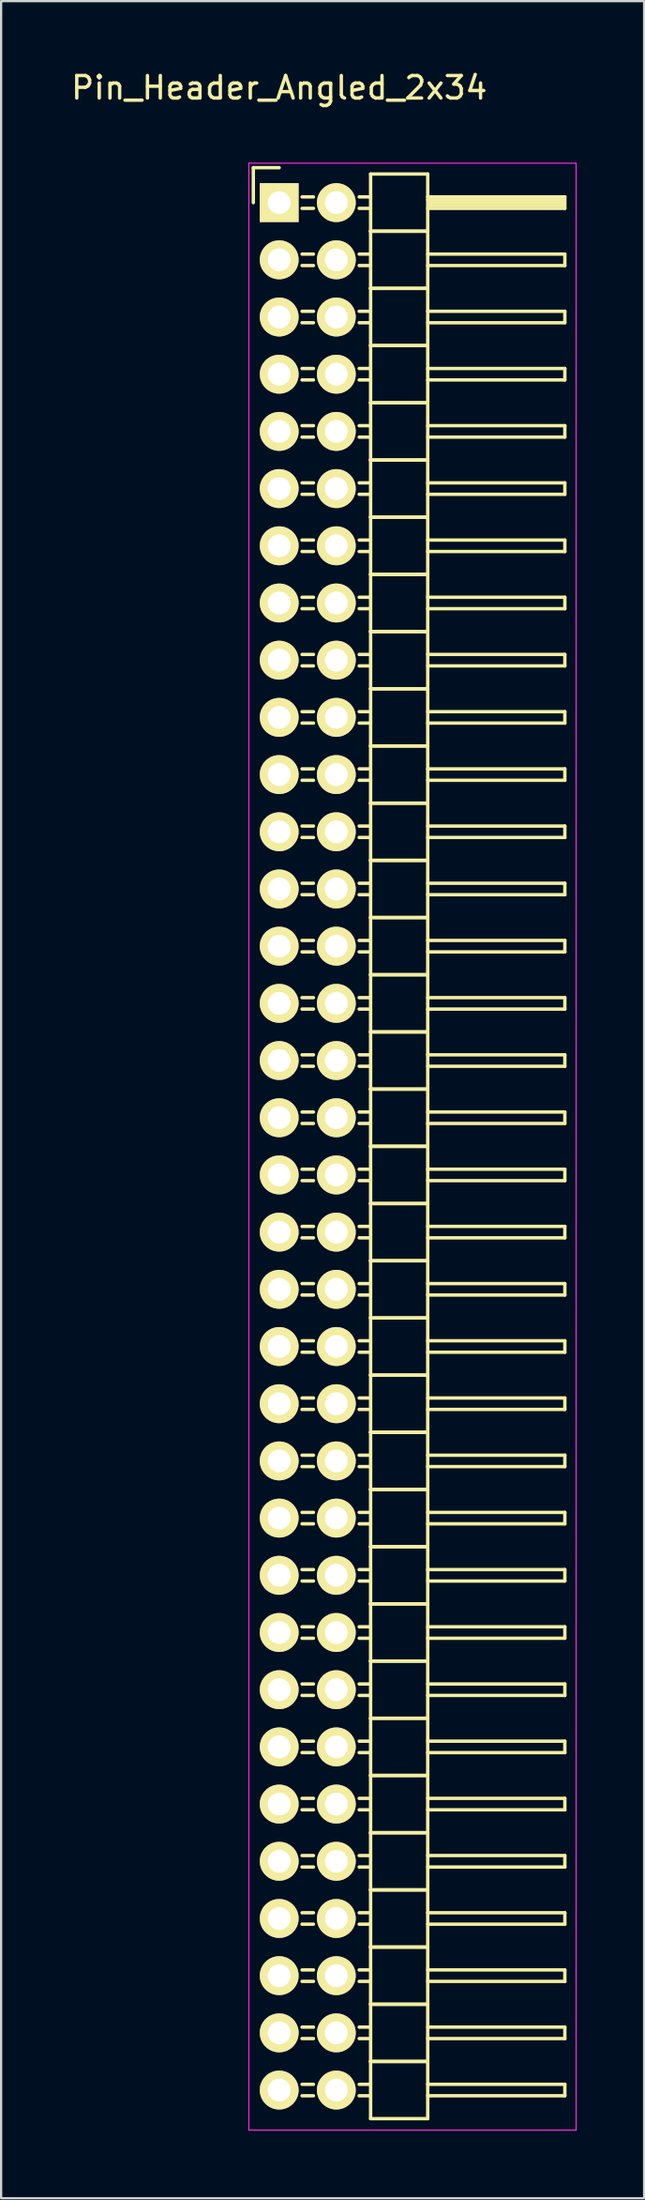
<source format=kicad_pcb>
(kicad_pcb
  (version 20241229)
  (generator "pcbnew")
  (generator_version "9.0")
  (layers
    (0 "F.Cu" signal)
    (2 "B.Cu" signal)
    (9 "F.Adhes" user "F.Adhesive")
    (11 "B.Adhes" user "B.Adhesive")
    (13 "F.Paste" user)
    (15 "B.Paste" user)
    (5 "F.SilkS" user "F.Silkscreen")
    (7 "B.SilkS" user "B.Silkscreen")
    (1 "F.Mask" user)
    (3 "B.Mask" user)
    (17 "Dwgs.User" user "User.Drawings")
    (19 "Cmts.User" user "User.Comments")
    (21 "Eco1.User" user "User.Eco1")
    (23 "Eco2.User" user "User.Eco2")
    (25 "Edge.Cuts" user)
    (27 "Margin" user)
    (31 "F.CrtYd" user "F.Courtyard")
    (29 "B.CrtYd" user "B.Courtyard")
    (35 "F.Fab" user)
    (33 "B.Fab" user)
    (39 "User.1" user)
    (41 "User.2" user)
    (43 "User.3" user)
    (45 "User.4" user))
  (footprint "Pin_Header_Angled_2x34"
    (layer "F.Cu")
    (at 9.363 5.948)
    (property "Reference" "Pin_Header_Angled_2x34" (at 0 -5.1 0) (layer "F.SilkS") (effects (font (size 1 1) (thickness 0.15))))
    (attr through_hole)
    (fp_line (start -1.15 -1.55) (end -1.15 0) (stroke (width 0.15) (type solid)) (layer "F.SilkS"))
    (fp_line (start 0 -1.55) (end -1.15 -1.55) (stroke (width 0.15) (type solid)) (layer "F.SilkS"))
    (fp_line (start 1.524 -0.254) (end 1.016 -0.254) (stroke (width 0.15) (type solid)) (layer "F.SilkS"))
    (fp_line (start 1.524 0.254) (end 1.016 0.254) (stroke (width 0.15) (type solid)) (layer "F.SilkS"))
    (fp_line (start 1.524 2.286) (end 1.016 2.286) (stroke (width 0.15) (type solid)) (layer "F.SilkS"))
    (fp_line (start 1.524 2.794) (end 1.016 2.794) (stroke (width 0.15) (type solid)) (layer "F.SilkS"))
    (fp_line (start 1.524 4.826) (end 1.016 4.826) (stroke (width 0.15) (type solid)) (layer "F.SilkS"))
    (fp_line (start 1.524 5.334) (end 1.016 5.334) (stroke (width 0.15) (type solid)) (layer "F.SilkS"))
    (fp_line (start 1.524 7.366) (end 1.016 7.366) (stroke (width 0.15) (type solid)) (layer "F.SilkS"))
    (fp_line (start 1.524 7.874) (end 1.016 7.874) (stroke (width 0.15) (type solid)) (layer "F.SilkS"))
    (fp_line (start 1.524 9.906) (end 1.016 9.906) (stroke (width 0.15) (type solid)) (layer "F.SilkS"))
    (fp_line (start 1.524 10.414) (end 1.016 10.414) (stroke (width 0.15) (type solid)) (layer "F.SilkS"))
    (fp_line (start 1.524 12.446) (end 1.016 12.446) (stroke (width 0.15) (type solid)) (layer "F.SilkS"))
    (fp_line (start 1.524 12.954) (end 1.016 12.954) (stroke (width 0.15) (type solid)) (layer "F.SilkS"))
    (fp_line (start 1.524 14.986) (end 1.016 14.986) (stroke (width 0.15) (type solid)) (layer "F.SilkS"))
    (fp_line (start 1.524 15.494) (end 1.016 15.494) (stroke (width 0.15) (type solid)) (layer "F.SilkS"))
    (fp_line (start 1.524 17.526) (end 1.016 17.526) (stroke (width 0.15) (type solid)) (layer "F.SilkS"))
    (fp_line (start 1.524 18.034) (end 1.016 18.034) (stroke (width 0.15) (type solid)) (layer "F.SilkS"))
    (fp_line (start 1.524 20.066) (end 1.016 20.066) (stroke (width 0.15) (type solid)) (layer "F.SilkS"))
    (fp_line (start 1.524 20.574) (end 1.016 20.574) (stroke (width 0.15) (type solid)) (layer "F.SilkS"))
    (fp_line (start 1.524 22.606) (end 1.016 22.606) (stroke (width 0.15) (type solid)) (layer "F.SilkS"))
    (fp_line (start 1.524 23.114) (end 1.016 23.114) (stroke (width 0.15) (type solid)) (layer "F.SilkS"))
    (fp_line (start 1.524 25.146) (end 1.016 25.146) (stroke (width 0.15) (type solid)) (layer "F.SilkS"))
    (fp_line (start 1.524 25.654) (end 1.016 25.654) (stroke (width 0.15) (type solid)) (layer "F.SilkS"))
    (fp_line (start 1.524 27.686) (end 1.016 27.686) (stroke (width 0.15) (type solid)) (layer "F.SilkS"))
    (fp_line (start 1.524 28.194) (end 1.016 28.194) (stroke (width 0.15) (type solid)) (layer "F.SilkS"))
    (fp_line (start 1.524 30.226) (end 1.016 30.226) (stroke (width 0.15) (type solid)) (layer "F.SilkS"))
    (fp_line (start 1.524 30.734) (end 1.016 30.734) (stroke (width 0.15) (type solid)) (layer "F.SilkS"))
    (fp_line (start 1.524 32.766) (end 1.016 32.766) (stroke (width 0.15) (type solid)) (layer "F.SilkS"))
    (fp_line (start 1.524 33.274) (end 1.016 33.274) (stroke (width 0.15) (type solid)) (layer "F.SilkS"))
    (fp_line (start 1.524 35.306) (end 1.016 35.306) (stroke (width 0.15) (type solid)) (layer "F.SilkS"))
    (fp_line (start 1.524 35.814) (end 1.016 35.814) (stroke (width 0.15) (type solid)) (layer "F.SilkS"))
    (fp_line (start 1.524 37.846) (end 1.016 37.846) (stroke (width 0.15) (type solid)) (layer "F.SilkS"))
    (fp_line (start 1.524 38.354) (end 1.016 38.354) (stroke (width 0.15) (type solid)) (layer "F.SilkS"))
    (fp_line (start 1.524 40.386) (end 1.016 40.386) (stroke (width 0.15) (type solid)) (layer "F.SilkS"))
    (fp_line (start 1.524 40.894) (end 1.016 40.894) (stroke (width 0.15) (type solid)) (layer "F.SilkS"))
    (fp_line (start 1.524 42.926) (end 1.016 42.926) (stroke (width 0.15) (type solid)) (layer "F.SilkS"))
    (fp_line (start 1.524 43.434) (end 1.016 43.434) (stroke (width 0.15) (type solid)) (layer "F.SilkS"))
    (fp_line (start 1.524 45.466) (end 1.016 45.466) (stroke (width 0.15) (type solid)) (layer "F.SilkS"))
    (fp_line (start 1.524 45.974) (end 1.016 45.974) (stroke (width 0.15) (type solid)) (layer "F.SilkS"))
    (fp_line (start 1.524 48.006) (end 1.016 48.006) (stroke (width 0.15) (type solid)) (layer "F.SilkS"))
    (fp_line (start 1.524 48.514) (end 1.016 48.514) (stroke (width 0.15) (type solid)) (layer "F.SilkS"))
    (fp_line (start 1.524 50.546) (end 1.016 50.546) (stroke (width 0.15) (type solid)) (layer "F.SilkS"))
    (fp_line (start 1.524 51.054) (end 1.016 51.054) (stroke (width 0.15) (type solid)) (layer "F.SilkS"))
    (fp_line (start 1.524 53.086) (end 1.016 53.086) (stroke (width 0.15) (type solid)) (layer "F.SilkS"))
    (fp_line (start 1.524 53.594) (end 1.016 53.594) (stroke (width 0.15) (type solid)) (layer "F.SilkS"))
    (fp_line (start 1.524 55.626) (end 1.016 55.626) (stroke (width 0.15) (type solid)) (layer "F.SilkS"))
    (fp_line (start 1.524 56.134) (end 1.016 56.134) (stroke (width 0.15) (type solid)) (layer "F.SilkS"))
    (fp_line (start 1.524 58.166) (end 1.016 58.166) (stroke (width 0.15) (type solid)) (layer "F.SilkS"))
    (fp_line (start 1.524 58.674) (end 1.016 58.674) (stroke (width 0.15) (type solid)) (layer "F.SilkS"))
    (fp_line (start 1.524 60.706) (end 1.016 60.706) (stroke (width 0.15) (type solid)) (layer "F.SilkS"))
    (fp_line (start 1.524 61.214) (end 1.016 61.214) (stroke (width 0.15) (type solid)) (layer "F.SilkS"))
    (fp_line (start 1.524 63.246) (end 1.016 63.246) (stroke (width 0.15) (type solid)) (layer "F.SilkS"))
    (fp_line (start 1.524 63.754) (end 1.016 63.754) (stroke (width 0.15) (type solid)) (layer "F.SilkS"))
    (fp_line (start 1.524 65.786) (end 1.016 65.786) (stroke (width 0.15) (type solid)) (layer "F.SilkS"))
    (fp_line (start 1.524 66.294) (end 1.016 66.294) (stroke (width 0.15) (type solid)) (layer "F.SilkS"))
    (fp_line (start 1.524 68.326) (end 1.016 68.326) (stroke (width 0.15) (type solid)) (layer "F.SilkS"))
    (fp_line (start 1.524 68.834) (end 1.016 68.834) (stroke (width 0.15) (type solid)) (layer "F.SilkS"))
    (fp_line (start 1.524 70.866) (end 1.016 70.866) (stroke (width 0.15) (type solid)) (layer "F.SilkS"))
    (fp_line (start 1.524 71.374) (end 1.016 71.374) (stroke (width 0.15) (type solid)) (layer "F.SilkS"))
    (fp_line (start 1.524 73.406) (end 1.016 73.406) (stroke (width 0.15) (type solid)) (layer "F.SilkS"))
    (fp_line (start 1.524 73.914) (end 1.016 73.914) (stroke (width 0.15) (type solid)) (layer "F.SilkS"))
    (fp_line (start 1.524 75.946) (end 1.016 75.946) (stroke (width 0.15) (type solid)) (layer "F.SilkS"))
    (fp_line (start 1.524 76.454) (end 1.016 76.454) (stroke (width 0.15) (type solid)) (layer "F.SilkS"))
    (fp_line (start 1.524 78.486) (end 1.016 78.486) (stroke (width 0.15) (type solid)) (layer "F.SilkS"))
    (fp_line (start 1.524 78.994) (end 1.016 78.994) (stroke (width 0.15) (type solid)) (layer "F.SilkS"))
    (fp_line (start 1.524 81.026) (end 1.016 81.026) (stroke (width 0.15) (type solid)) (layer "F.SilkS"))
    (fp_line (start 1.524 81.534) (end 1.016 81.534) (stroke (width 0.15) (type solid)) (layer "F.SilkS"))
    (fp_line (start 1.524 83.566) (end 1.016 83.566) (stroke (width 0.15) (type solid)) (layer "F.SilkS"))
    (fp_line (start 1.524 84.074) (end 1.016 84.074) (stroke (width 0.15) (type solid)) (layer "F.SilkS"))
    (fp_line (start 4.064 -1.27) (end 4.064 1.27) (stroke (width 0.15) (type solid)) (layer "F.SilkS"))
    (fp_line (start 4.064 -1.27) (end 6.604 -1.27) (stroke (width 0.15) (type solid)) (layer "F.SilkS"))
    (fp_line (start 4.064 -0.254) (end 3.556 -0.254) (stroke (width 0.15) (type solid)) (layer "F.SilkS"))
    (fp_line (start 4.064 0.254) (end 3.556 0.254) (stroke (width 0.15) (type solid)) (layer "F.SilkS"))
    (fp_line (start 4.064 1.27) (end 4.064 3.81) (stroke (width 0.15) (type solid)) (layer "F.SilkS"))
    (fp_line (start 4.064 1.27) (end 6.604 1.27) (stroke (width 0.15) (type solid)) (layer "F.SilkS"))
    (fp_line (start 4.064 1.27) (end 6.604 1.27) (stroke (width 0.15) (type solid)) (layer "F.SilkS"))
    (fp_line (start 4.064 2.286) (end 3.556 2.286) (stroke (width 0.15) (type solid)) (layer "F.SilkS"))
    (fp_line (start 4.064 2.794) (end 3.556 2.794) (stroke (width 0.15) (type solid)) (layer "F.SilkS"))
    (fp_line (start 4.064 3.81) (end 4.064 6.35) (stroke (width 0.15) (type solid)) (layer "F.SilkS"))
    (fp_line (start 4.064 3.81) (end 6.604 3.81) (stroke (width 0.15) (type solid)) (layer "F.SilkS"))
    (fp_line (start 4.064 3.81) (end 6.604 3.81) (stroke (width 0.15) (type solid)) (layer "F.SilkS"))
    (fp_line (start 4.064 4.826) (end 3.556 4.826) (stroke (width 0.15) (type solid)) (layer "F.SilkS"))
    (fp_line (start 4.064 5.334) (end 3.556 5.334) (stroke (width 0.15) (type solid)) (layer "F.SilkS"))
    (fp_line (start 4.064 6.35) (end 4.064 8.89) (stroke (width 0.15) (type solid)) (layer "F.SilkS"))
    (fp_line (start 4.064 6.35) (end 6.604 6.35) (stroke (width 0.15) (type solid)) (layer "F.SilkS"))
    (fp_line (start 4.064 6.35) (end 6.604 6.35) (stroke (width 0.15) (type solid)) (layer "F.SilkS"))
    (fp_line (start 4.064 7.366) (end 3.556 7.366) (stroke (width 0.15) (type solid)) (layer "F.SilkS"))
    (fp_line (start 4.064 7.874) (end 3.556 7.874) (stroke (width 0.15) (type solid)) (layer "F.SilkS"))
    (fp_line (start 4.064 8.89) (end 4.064 11.43) (stroke (width 0.15) (type solid)) (layer "F.SilkS"))
    (fp_line (start 4.064 8.89) (end 6.604 8.89) (stroke (width 0.15) (type solid)) (layer "F.SilkS"))
    (fp_line (start 4.064 8.89) (end 6.604 8.89) (stroke (width 0.15) (type solid)) (layer "F.SilkS"))
    (fp_line (start 4.064 9.906) (end 3.556 9.906) (stroke (width 0.15) (type solid)) (layer "F.SilkS"))
    (fp_line (start 4.064 10.414) (end 3.556 10.414) (stroke (width 0.15) (type solid)) (layer "F.SilkS"))
    (fp_line (start 4.064 11.43) (end 4.064 13.97) (stroke (width 0.15) (type solid)) (layer "F.SilkS"))
    (fp_line (start 4.064 11.43) (end 6.604 11.43) (stroke (width 0.15) (type solid)) (layer "F.SilkS"))
    (fp_line (start 4.064 11.43) (end 6.604 11.43) (stroke (width 0.15) (type solid)) (layer "F.SilkS"))
    (fp_line (start 4.064 12.446) (end 3.556 12.446) (stroke (width 0.15) (type solid)) (layer "F.SilkS"))
    (fp_line (start 4.064 12.954) (end 3.556 12.954) (stroke (width 0.15) (type solid)) (layer "F.SilkS"))
    (fp_line (start 4.064 13.97) (end 4.064 16.51) (stroke (width 0.15) (type solid)) (layer "F.SilkS"))
    (fp_line (start 4.064 13.97) (end 6.604 13.97) (stroke (width 0.15) (type solid)) (layer "F.SilkS"))
    (fp_line (start 4.064 13.97) (end 6.604 13.97) (stroke (width 0.15) (type solid)) (layer "F.SilkS"))
    (fp_line (start 4.064 14.986) (end 3.556 14.986) (stroke (width 0.15) (type solid)) (layer "F.SilkS"))
    (fp_line (start 4.064 15.494) (end 3.556 15.494) (stroke (width 0.15) (type solid)) (layer "F.SilkS"))
    (fp_line (start 4.064 16.51) (end 4.064 19.05) (stroke (width 0.15) (type solid)) (layer "F.SilkS"))
    (fp_line (start 4.064 16.51) (end 6.604 16.51) (stroke (width 0.15) (type solid)) (layer "F.SilkS"))
    (fp_line (start 4.064 16.51) (end 6.604 16.51) (stroke (width 0.15) (type solid)) (layer "F.SilkS"))
    (fp_line (start 4.064 17.526) (end 3.556 17.526) (stroke (width 0.15) (type solid)) (layer "F.SilkS"))
    (fp_line (start 4.064 18.034) (end 3.556 18.034) (stroke (width 0.15) (type solid)) (layer "F.SilkS"))
    (fp_line (start 4.064 19.05) (end 4.064 21.59) (stroke (width 0.15) (type solid)) (layer "F.SilkS"))
    (fp_line (start 4.064 19.05) (end 6.604 19.05) (stroke (width 0.15) (type solid)) (layer "F.SilkS"))
    (fp_line (start 4.064 19.05) (end 6.604 19.05) (stroke (width 0.15) (type solid)) (layer "F.SilkS"))
    (fp_line (start 4.064 20.066) (end 3.556 20.066) (stroke (width 0.15) (type solid)) (layer "F.SilkS"))
    (fp_line (start 4.064 20.574) (end 3.556 20.574) (stroke (width 0.15) (type solid)) (layer "F.SilkS"))
    (fp_line (start 4.064 21.59) (end 4.064 24.13) (stroke (width 0.15) (type solid)) (layer "F.SilkS"))
    (fp_line (start 4.064 21.59) (end 6.604 21.59) (stroke (width 0.15) (type solid)) (layer "F.SilkS"))
    (fp_line (start 4.064 21.59) (end 6.604 21.59) (stroke (width 0.15) (type solid)) (layer "F.SilkS"))
    (fp_line (start 4.064 22.606) (end 3.556 22.606) (stroke (width 0.15) (type solid)) (layer "F.SilkS"))
    (fp_line (start 4.064 23.114) (end 3.556 23.114) (stroke (width 0.15) (type solid)) (layer "F.SilkS"))
    (fp_line (start 4.064 24.13) (end 4.064 26.67) (stroke (width 0.15) (type solid)) (layer "F.SilkS"))
    (fp_line (start 4.064 24.13) (end 6.604 24.13) (stroke (width 0.15) (type solid)) (layer "F.SilkS"))
    (fp_line (start 4.064 24.13) (end 6.604 24.13) (stroke (width 0.15) (type solid)) (layer "F.SilkS"))
    (fp_line (start 4.064 25.146) (end 3.556 25.146) (stroke (width 0.15) (type solid)) (layer "F.SilkS"))
    (fp_line (start 4.064 25.654) (end 3.556 25.654) (stroke (width 0.15) (type solid)) (layer "F.SilkS"))
    (fp_line (start 4.064 26.67) (end 4.064 29.21) (stroke (width 0.15) (type solid)) (layer "F.SilkS"))
    (fp_line (start 4.064 26.67) (end 6.604 26.67) (stroke (width 0.15) (type solid)) (layer "F.SilkS"))
    (fp_line (start 4.064 26.67) (end 6.604 26.67) (stroke (width 0.15) (type solid)) (layer "F.SilkS"))
    (fp_line (start 4.064 27.686) (end 3.556 27.686) (stroke (width 0.15) (type solid)) (layer "F.SilkS"))
    (fp_line (start 4.064 28.194) (end 3.556 28.194) (stroke (width 0.15) (type solid)) (layer "F.SilkS"))
    (fp_line (start 4.064 29.21) (end 4.064 31.75) (stroke (width 0.15) (type solid)) (layer "F.SilkS"))
    (fp_line (start 4.064 29.21) (end 6.604 29.21) (stroke (width 0.15) (type solid)) (layer "F.SilkS"))
    (fp_line (start 4.064 29.21) (end 6.604 29.21) (stroke (width 0.15) (type solid)) (layer "F.SilkS"))
    (fp_line (start 4.064 30.226) (end 3.556 30.226) (stroke (width 0.15) (type solid)) (layer "F.SilkS"))
    (fp_line (start 4.064 30.734) (end 3.556 30.734) (stroke (width 0.15) (type solid)) (layer "F.SilkS"))
    (fp_line (start 4.064 31.75) (end 4.064 34.29) (stroke (width 0.15) (type solid)) (layer "F.SilkS"))
    (fp_line (start 4.064 31.75) (end 6.604 31.75) (stroke (width 0.15) (type solid)) (layer "F.SilkS"))
    (fp_line (start 4.064 31.75) (end 6.604 31.75) (stroke (width 0.15) (type solid)) (layer "F.SilkS"))
    (fp_line (start 4.064 32.766) (end 3.556 32.766) (stroke (width 0.15) (type solid)) (layer "F.SilkS"))
    (fp_line (start 4.064 33.274) (end 3.556 33.274) (stroke (width 0.15) (type solid)) (layer "F.SilkS"))
    (fp_line (start 4.064 34.29) (end 4.064 36.83) (stroke (width 0.15) (type solid)) (layer "F.SilkS"))
    (fp_line (start 4.064 34.29) (end 6.604 34.29) (stroke (width 0.15) (type solid)) (layer "F.SilkS"))
    (fp_line (start 4.064 34.29) (end 6.604 34.29) (stroke (width 0.15) (type solid)) (layer "F.SilkS"))
    (fp_line (start 4.064 35.306) (end 3.556 35.306) (stroke (width 0.15) (type solid)) (layer "F.SilkS"))
    (fp_line (start 4.064 35.814) (end 3.556 35.814) (stroke (width 0.15) (type solid)) (layer "F.SilkS"))
    (fp_line (start 4.064 36.83) (end 4.064 39.37) (stroke (width 0.15) (type solid)) (layer "F.SilkS"))
    (fp_line (start 4.064 36.83) (end 6.604 36.83) (stroke (width 0.15) (type solid)) (layer "F.SilkS"))
    (fp_line (start 4.064 36.83) (end 6.604 36.83) (stroke (width 0.15) (type solid)) (layer "F.SilkS"))
    (fp_line (start 4.064 37.846) (end 3.556 37.846) (stroke (width 0.15) (type solid)) (layer "F.SilkS"))
    (fp_line (start 4.064 38.354) (end 3.556 38.354) (stroke (width 0.15) (type solid)) (layer "F.SilkS"))
    (fp_line (start 4.064 39.37) (end 4.064 41.91) (stroke (width 0.15) (type solid)) (layer "F.SilkS"))
    (fp_line (start 4.064 39.37) (end 6.604 39.37) (stroke (width 0.15) (type solid)) (layer "F.SilkS"))
    (fp_line (start 4.064 39.37) (end 6.604 39.37) (stroke (width 0.15) (type solid)) (layer "F.SilkS"))
    (fp_line (start 4.064 40.386) (end 3.556 40.386) (stroke (width 0.15) (type solid)) (layer "F.SilkS"))
    (fp_line (start 4.064 40.894) (end 3.556 40.894) (stroke (width 0.15) (type solid)) (layer "F.SilkS"))
    (fp_line (start 4.064 41.91) (end 4.064 44.45) (stroke (width 0.15) (type solid)) (layer "F.SilkS"))
    (fp_line (start 4.064 41.91) (end 6.604 41.91) (stroke (width 0.15) (type solid)) (layer "F.SilkS"))
    (fp_line (start 4.064 41.91) (end 6.604 41.91) (stroke (width 0.15) (type solid)) (layer "F.SilkS"))
    (fp_line (start 4.064 42.926) (end 3.556 42.926) (stroke (width 0.15) (type solid)) (layer "F.SilkS"))
    (fp_line (start 4.064 43.434) (end 3.556 43.434) (stroke (width 0.15) (type solid)) (layer "F.SilkS"))
    (fp_line (start 4.064 44.45) (end 4.064 46.99) (stroke (width 0.15) (type solid)) (layer "F.SilkS"))
    (fp_line (start 4.064 44.45) (end 6.604 44.45) (stroke (width 0.15) (type solid)) (layer "F.SilkS"))
    (fp_line (start 4.064 44.45) (end 6.604 44.45) (stroke (width 0.15) (type solid)) (layer "F.SilkS"))
    (fp_line (start 4.064 45.466) (end 3.556 45.466) (stroke (width 0.15) (type solid)) (layer "F.SilkS"))
    (fp_line (start 4.064 45.974) (end 3.556 45.974) (stroke (width 0.15) (type solid)) (layer "F.SilkS"))
    (fp_line (start 4.064 46.99) (end 4.064 49.53) (stroke (width 0.15) (type solid)) (layer "F.SilkS"))
    (fp_line (start 4.064 46.99) (end 6.604 46.99) (stroke (width 0.15) (type solid)) (layer "F.SilkS"))
    (fp_line (start 4.064 46.99) (end 6.604 46.99) (stroke (width 0.15) (type solid)) (layer "F.SilkS"))
    (fp_line (start 4.064 48.006) (end 3.556 48.006) (stroke (width 0.15) (type solid)) (layer "F.SilkS"))
    (fp_line (start 4.064 48.514) (end 3.556 48.514) (stroke (width 0.15) (type solid)) (layer "F.SilkS"))
    (fp_line (start 4.064 49.53) (end 4.064 52.07) (stroke (width 0.15) (type solid)) (layer "F.SilkS"))
    (fp_line (start 4.064 49.53) (end 6.604 49.53) (stroke (width 0.15) (type solid)) (layer "F.SilkS"))
    (fp_line (start 4.064 49.53) (end 6.604 49.53) (stroke (width 0.15) (type solid)) (layer "F.SilkS"))
    (fp_line (start 4.064 50.546) (end 3.556 50.546) (stroke (width 0.15) (type solid)) (layer "F.SilkS"))
    (fp_line (start 4.064 51.054) (end 3.556 51.054) (stroke (width 0.15) (type solid)) (layer "F.SilkS"))
    (fp_line (start 4.064 52.07) (end 4.064 54.61) (stroke (width 0.15) (type solid)) (layer "F.SilkS"))
    (fp_line (start 4.064 52.07) (end 6.604 52.07) (stroke (width 0.15) (type solid)) (layer "F.SilkS"))
    (fp_line (start 4.064 52.07) (end 6.604 52.07) (stroke (width 0.15) (type solid)) (layer "F.SilkS"))
    (fp_line (start 4.064 53.086) (end 3.556 53.086) (stroke (width 0.15) (type solid)) (layer "F.SilkS"))
    (fp_line (start 4.064 53.594) (end 3.556 53.594) (stroke (width 0.15) (type solid)) (layer "F.SilkS"))
    (fp_line (start 4.064 54.61) (end 4.064 57.15) (stroke (width 0.15) (type solid)) (layer "F.SilkS"))
    (fp_line (start 4.064 54.61) (end 6.604 54.61) (stroke (width 0.15) (type solid)) (layer "F.SilkS"))
    (fp_line (start 4.064 54.61) (end 6.604 54.61) (stroke (width 0.15) (type solid)) (layer "F.SilkS"))
    (fp_line (start 4.064 55.626) (end 3.556 55.626) (stroke (width 0.15) (type solid)) (layer "F.SilkS"))
    (fp_line (start 4.064 56.134) (end 3.556 56.134) (stroke (width 0.15) (type solid)) (layer "F.SilkS"))
    (fp_line (start 4.064 57.15) (end 4.064 59.69) (stroke (width 0.15) (type solid)) (layer "F.SilkS"))
    (fp_line (start 4.064 57.15) (end 6.604 57.15) (stroke (width 0.15) (type solid)) (layer "F.SilkS"))
    (fp_line (start 4.064 57.15) (end 6.604 57.15) (stroke (width 0.15) (type solid)) (layer "F.SilkS"))
    (fp_line (start 4.064 58.166) (end 3.556 58.166) (stroke (width 0.15) (type solid)) (layer "F.SilkS"))
    (fp_line (start 4.064 58.674) (end 3.556 58.674) (stroke (width 0.15) (type solid)) (layer "F.SilkS"))
    (fp_line (start 4.064 59.69) (end 4.064 62.23) (stroke (width 0.15) (type solid)) (layer "F.SilkS"))
    (fp_line (start 4.064 59.69) (end 6.604 59.69) (stroke (width 0.15) (type solid)) (layer "F.SilkS"))
    (fp_line (start 4.064 59.69) (end 6.604 59.69) (stroke (width 0.15) (type solid)) (layer "F.SilkS"))
    (fp_line (start 4.064 60.706) (end 3.556 60.706) (stroke (width 0.15) (type solid)) (layer "F.SilkS"))
    (fp_line (start 4.064 61.214) (end 3.556 61.214) (stroke (width 0.15) (type solid)) (layer "F.SilkS"))
    (fp_line (start 4.064 62.23) (end 4.064 64.77) (stroke (width 0.15) (type solid)) (layer "F.SilkS"))
    (fp_line (start 4.064 62.23) (end 6.604 62.23) (stroke (width 0.15) (type solid)) (layer "F.SilkS"))
    (fp_line (start 4.064 62.23) (end 6.604 62.23) (stroke (width 0.15) (type solid)) (layer "F.SilkS"))
    (fp_line (start 4.064 63.246) (end 3.556 63.246) (stroke (width 0.15) (type solid)) (layer "F.SilkS"))
    (fp_line (start 4.064 63.754) (end 3.556 63.754) (stroke (width 0.15) (type solid)) (layer "F.SilkS"))
    (fp_line (start 4.064 64.77) (end 4.064 67.31) (stroke (width 0.15) (type solid)) (layer "F.SilkS"))
    (fp_line (start 4.064 64.77) (end 6.604 64.77) (stroke (width 0.15) (type solid)) (layer "F.SilkS"))
    (fp_line (start 4.064 64.77) (end 6.604 64.77) (stroke (width 0.15) (type solid)) (layer "F.SilkS"))
    (fp_line (start 4.064 65.786) (end 3.556 65.786) (stroke (width 0.15) (type solid)) (layer "F.SilkS"))
    (fp_line (start 4.064 66.294) (end 3.556 66.294) (stroke (width 0.15) (type solid)) (layer "F.SilkS"))
    (fp_line (start 4.064 67.31) (end 4.064 69.85) (stroke (width 0.15) (type solid)) (layer "F.SilkS"))
    (fp_line (start 4.064 67.31) (end 6.604 67.31) (stroke (width 0.15) (type solid)) (layer "F.SilkS"))
    (fp_line (start 4.064 67.31) (end 6.604 67.31) (stroke (width 0.15) (type solid)) (layer "F.SilkS"))
    (fp_line (start 4.064 68.326) (end 3.556 68.326) (stroke (width 0.15) (type solid)) (layer "F.SilkS"))
    (fp_line (start 4.064 68.834) (end 3.556 68.834) (stroke (width 0.15) (type solid)) (layer "F.SilkS"))
    (fp_line (start 4.064 69.85) (end 4.064 72.39) (stroke (width 0.15) (type solid)) (layer "F.SilkS"))
    (fp_line (start 4.064 69.85) (end 6.604 69.85) (stroke (width 0.15) (type solid)) (layer "F.SilkS"))
    (fp_line (start 4.064 69.85) (end 6.604 69.85) (stroke (width 0.15) (type solid)) (layer "F.SilkS"))
    (fp_line (start 4.064 70.866) (end 3.556 70.866) (stroke (width 0.15) (type solid)) (layer "F.SilkS"))
    (fp_line (start 4.064 71.374) (end 3.556 71.374) (stroke (width 0.15) (type solid)) (layer "F.SilkS"))
    (fp_line (start 4.064 72.39) (end 4.064 74.93) (stroke (width 0.15) (type solid)) (layer "F.SilkS"))
    (fp_line (start 4.064 72.39) (end 6.604 72.39) (stroke (width 0.15) (type solid)) (layer "F.SilkS"))
    (fp_line (start 4.064 72.39) (end 6.604 72.39) (stroke (width 0.15) (type solid)) (layer "F.SilkS"))
    (fp_line (start 4.064 73.406) (end 3.556 73.406) (stroke (width 0.15) (type solid)) (layer "F.SilkS"))
    (fp_line (start 4.064 73.914) (end 3.556 73.914) (stroke (width 0.15) (type solid)) (layer "F.SilkS"))
    (fp_line (start 4.064 74.93) (end 4.064 77.47) (stroke (width 0.15) (type solid)) (layer "F.SilkS"))
    (fp_line (start 4.064 74.93) (end 6.604 74.93) (stroke (width 0.15) (type solid)) (layer "F.SilkS"))
    (fp_line (start 4.064 74.93) (end 6.604 74.93) (stroke (width 0.15) (type solid)) (layer "F.SilkS"))
    (fp_line (start 4.064 75.946) (end 3.556 75.946) (stroke (width 0.15) (type solid)) (layer "F.SilkS"))
    (fp_line (start 4.064 76.454) (end 3.556 76.454) (stroke (width 0.15) (type solid)) (layer "F.SilkS"))
    (fp_line (start 4.064 77.47) (end 4.064 80.01) (stroke (width 0.15) (type solid)) (layer "F.SilkS"))
    (fp_line (start 4.064 77.47) (end 6.604 77.47) (stroke (width 0.15) (type solid)) (layer "F.SilkS"))
    (fp_line (start 4.064 77.47) (end 6.604 77.47) (stroke (width 0.15) (type solid)) (layer "F.SilkS"))
    (fp_line (start 4.064 78.486) (end 3.556 78.486) (stroke (width 0.15) (type solid)) (layer "F.SilkS"))
    (fp_line (start 4.064 78.994) (end 3.556 78.994) (stroke (width 0.15) (type solid)) (layer "F.SilkS"))
    (fp_line (start 4.064 80.01) (end 4.064 82.55) (stroke (width 0.15) (type solid)) (layer "F.SilkS"))
    (fp_line (start 4.064 80.01) (end 6.604 80.01) (stroke (width 0.15) (type solid)) (layer "F.SilkS"))
    (fp_line (start 4.064 80.01) (end 6.604 80.01) (stroke (width 0.15) (type solid)) (layer "F.SilkS"))
    (fp_line (start 4.064 81.026) (end 3.556 81.026) (stroke (width 0.15) (type solid)) (layer "F.SilkS"))
    (fp_line (start 4.064 81.534) (end 3.556 81.534) (stroke (width 0.15) (type solid)) (layer "F.SilkS"))
    (fp_line (start 4.064 82.55) (end 4.064 85.09) (stroke (width 0.15) (type solid)) (layer "F.SilkS"))
    (fp_line (start 4.064 82.55) (end 6.604 82.55) (stroke (width 0.15) (type solid)) (layer "F.SilkS"))
    (fp_line (start 4.064 82.55) (end 6.604 82.55) (stroke (width 0.15) (type solid)) (layer "F.SilkS"))
    (fp_line (start 4.064 83.566) (end 3.556 83.566) (stroke (width 0.15) (type solid)) (layer "F.SilkS"))
    (fp_line (start 4.064 84.074) (end 3.556 84.074) (stroke (width 0.15) (type solid)) (layer "F.SilkS"))
    (fp_line (start 4.064 85.09) (end 6.604 85.09) (stroke (width 0.15) (type solid)) (layer "F.SilkS"))
    (fp_line (start 6.604 -0.254) (end 12.7 -0.254) (stroke (width 0.15) (type solid)) (layer "F.SilkS"))
    (fp_line (start 6.604 -0.127) (end 12.573 -0.127) (stroke (width 0.15) (type solid)) (layer "F.SilkS"))
    (fp_line (start 6.604 1.27) (end 6.604 -1.27) (stroke (width 0.15) (type solid)) (layer "F.SilkS"))
    (fp_line (start 6.604 2.286) (end 12.7 2.286) (stroke (width 0.15) (type solid)) (layer "F.SilkS"))
    (fp_line (start 6.604 3.81) (end 6.604 1.27) (stroke (width 0.15) (type solid)) (layer "F.SilkS"))
    (fp_line (start 6.604 4.826) (end 12.7 4.826) (stroke (width 0.15) (type solid)) (layer "F.SilkS"))
    (fp_line (start 6.604 6.35) (end 6.604 3.81) (stroke (width 0.15) (type solid)) (layer "F.SilkS"))
    (fp_line (start 6.604 7.366) (end 12.7 7.366) (stroke (width 0.15) (type solid)) (layer "F.SilkS"))
    (fp_line (start 6.604 8.89) (end 6.604 6.35) (stroke (width 0.15) (type solid)) (layer "F.SilkS"))
    (fp_line (start 6.604 9.906) (end 12.7 9.906) (stroke (width 0.15) (type solid)) (layer "F.SilkS"))
    (fp_line (start 6.604 11.43) (end 6.604 8.89) (stroke (width 0.15) (type solid)) (layer "F.SilkS"))
    (fp_line (start 6.604 12.446) (end 12.7 12.446) (stroke (width 0.15) (type solid)) (layer "F.SilkS"))
    (fp_line (start 6.604 13.97) (end 6.604 11.43) (stroke (width 0.15) (type solid)) (layer "F.SilkS"))
    (fp_line (start 6.604 14.986) (end 12.7 14.986) (stroke (width 0.15) (type solid)) (layer "F.SilkS"))
    (fp_line (start 6.604 16.51) (end 6.604 13.97) (stroke (width 0.15) (type solid)) (layer "F.SilkS"))
    (fp_line (start 6.604 17.526) (end 12.7 17.526) (stroke (width 0.15) (type solid)) (layer "F.SilkS"))
    (fp_line (start 6.604 19.05) (end 6.604 16.51) (stroke (width 0.15) (type solid)) (layer "F.SilkS"))
    (fp_line (start 6.604 20.066) (end 12.7 20.066) (stroke (width 0.15) (type solid)) (layer "F.SilkS"))
    (fp_line (start 6.604 21.59) (end 6.604 19.05) (stroke (width 0.15) (type solid)) (layer "F.SilkS"))
    (fp_line (start 6.604 22.606) (end 12.7 22.606) (stroke (width 0.15) (type solid)) (layer "F.SilkS"))
    (fp_line (start 6.604 24.13) (end 6.604 21.59) (stroke (width 0.15) (type solid)) (layer "F.SilkS"))
    (fp_line (start 6.604 25.146) (end 12.7 25.146) (stroke (width 0.15) (type solid)) (layer "F.SilkS"))
    (fp_line (start 6.604 26.67) (end 6.604 24.13) (stroke (width 0.15) (type solid)) (layer "F.SilkS"))
    (fp_line (start 6.604 27.686) (end 12.7 27.686) (stroke (width 0.15) (type solid)) (layer "F.SilkS"))
    (fp_line (start 6.604 29.21) (end 6.604 26.67) (stroke (width 0.15) (type solid)) (layer "F.SilkS"))
    (fp_line (start 6.604 30.226) (end 12.7 30.226) (stroke (width 0.15) (type solid)) (layer "F.SilkS"))
    (fp_line (start 6.604 31.75) (end 6.604 29.21) (stroke (width 0.15) (type solid)) (layer "F.SilkS"))
    (fp_line (start 6.604 32.766) (end 12.7 32.766) (stroke (width 0.15) (type solid)) (layer "F.SilkS"))
    (fp_line (start 6.604 34.29) (end 6.604 31.75) (stroke (width 0.15) (type solid)) (layer "F.SilkS"))
    (fp_line (start 6.604 35.306) (end 12.7 35.306) (stroke (width 0.15) (type solid)) (layer "F.SilkS"))
    (fp_line (start 6.604 36.83) (end 6.604 34.29) (stroke (width 0.15) (type solid)) (layer "F.SilkS"))
    (fp_line (start 6.604 37.846) (end 12.7 37.846) (stroke (width 0.15) (type solid)) (layer "F.SilkS"))
    (fp_line (start 6.604 39.37) (end 6.604 36.83) (stroke (width 0.15) (type solid)) (layer "F.SilkS"))
    (fp_line (start 6.604 40.386) (end 12.7 40.386) (stroke (width 0.15) (type solid)) (layer "F.SilkS"))
    (fp_line (start 6.604 41.91) (end 6.604 39.37) (stroke (width 0.15) (type solid)) (layer "F.SilkS"))
    (fp_line (start 6.604 42.926) (end 12.7 42.926) (stroke (width 0.15) (type solid)) (layer "F.SilkS"))
    (fp_line (start 6.604 44.45) (end 6.604 41.91) (stroke (width 0.15) (type solid)) (layer "F.SilkS"))
    (fp_line (start 6.604 45.466) (end 12.7 45.466) (stroke (width 0.15) (type solid)) (layer "F.SilkS"))
    (fp_line (start 6.604 46.99) (end 6.604 44.45) (stroke (width 0.15) (type solid)) (layer "F.SilkS"))
    (fp_line (start 6.604 48.006) (end 12.7 48.006) (stroke (width 0.15) (type solid)) (layer "F.SilkS"))
    (fp_line (start 6.604 49.53) (end 6.604 46.99) (stroke (width 0.15) (type solid)) (layer "F.SilkS"))
    (fp_line (start 6.604 50.546) (end 12.7 50.546) (stroke (width 0.15) (type solid)) (layer "F.SilkS"))
    (fp_line (start 6.604 52.07) (end 6.604 49.53) (stroke (width 0.15) (type solid)) (layer "F.SilkS"))
    (fp_line (start 6.604 53.086) (end 12.7 53.086) (stroke (width 0.15) (type solid)) (layer "F.SilkS"))
    (fp_line (start 6.604 54.61) (end 6.604 52.07) (stroke (width 0.15) (type solid)) (layer "F.SilkS"))
    (fp_line (start 6.604 55.626) (end 12.7 55.626) (stroke (width 0.15) (type solid)) (layer "F.SilkS"))
    (fp_line (start 6.604 57.15) (end 6.604 54.61) (stroke (width 0.15) (type solid)) (layer "F.SilkS"))
    (fp_line (start 6.604 58.166) (end 12.7 58.166) (stroke (width 0.15) (type solid)) (layer "F.SilkS"))
    (fp_line (start 6.604 59.69) (end 6.604 57.15) (stroke (width 0.15) (type solid)) (layer "F.SilkS"))
    (fp_line (start 6.604 60.706) (end 12.7 60.706) (stroke (width 0.15) (type solid)) (layer "F.SilkS"))
    (fp_line (start 6.604 62.23) (end 6.604 59.69) (stroke (width 0.15) (type solid)) (layer "F.SilkS"))
    (fp_line (start 6.604 63.246) (end 12.7 63.246) (stroke (width 0.15) (type solid)) (layer "F.SilkS"))
    (fp_line (start 6.604 64.77) (end 6.604 62.23) (stroke (width 0.15) (type solid)) (layer "F.SilkS"))
    (fp_line (start 6.604 65.786) (end 12.7 65.786) (stroke (width 0.15) (type solid)) (layer "F.SilkS"))
    (fp_line (start 6.604 67.31) (end 6.604 64.77) (stroke (width 0.15) (type solid)) (layer "F.SilkS"))
    (fp_line (start 6.604 68.326) (end 12.7 68.326) (stroke (width 0.15) (type solid)) (layer "F.SilkS"))
    (fp_line (start 6.604 69.85) (end 6.604 67.31) (stroke (width 0.15) (type solid)) (layer "F.SilkS"))
    (fp_line (start 6.604 70.866) (end 12.7 70.866) (stroke (width 0.15) (type solid)) (layer "F.SilkS"))
    (fp_line (start 6.604 72.39) (end 6.604 69.85) (stroke (width 0.15) (type solid)) (layer "F.SilkS"))
    (fp_line (start 6.604 73.406) (end 12.7 73.406) (stroke (width 0.15) (type solid)) (layer "F.SilkS"))
    (fp_line (start 6.604 74.93) (end 6.604 72.39) (stroke (width 0.15) (type solid)) (layer "F.SilkS"))
    (fp_line (start 6.604 75.946) (end 12.7 75.946) (stroke (width 0.15) (type solid)) (layer "F.SilkS"))
    (fp_line (start 6.604 77.47) (end 6.604 74.93) (stroke (width 0.15) (type solid)) (layer "F.SilkS"))
    (fp_line (start 6.604 78.486) (end 12.7 78.486) (stroke (width 0.15) (type solid)) (layer "F.SilkS"))
    (fp_line (start 6.604 80.01) (end 6.604 77.47) (stroke (width 0.15) (type solid)) (layer "F.SilkS"))
    (fp_line (start 6.604 81.026) (end 12.7 81.026) (stroke (width 0.15) (type solid)) (layer "F.SilkS"))
    (fp_line (start 6.604 82.55) (end 6.604 80.01) (stroke (width 0.15) (type solid)) (layer "F.SilkS"))
    (fp_line (start 6.604 83.566) (end 12.7 83.566) (stroke (width 0.15) (type solid)) (layer "F.SilkS"))
    (fp_line (start 6.604 85.09) (end 6.604 82.55) (stroke (width 0.15) (type solid)) (layer "F.SilkS"))
    (fp_line (start 6.731 0) (end 12.573 0) (stroke (width 0.15) (type solid)) (layer "F.SilkS"))
    (fp_line (start 6.731 0.127) (end 6.731 0) (stroke (width 0.15) (type solid)) (layer "F.SilkS"))
    (fp_line (start 12.573 -0.127) (end 12.573 0.127) (stroke (width 0.15) (type solid)) (layer "F.SilkS"))
    (fp_line (start 12.573 0.127) (end 6.731 0.127) (stroke (width 0.15) (type solid)) (layer "F.SilkS"))
    (fp_line (start 12.7 -0.254) (end 12.7 0.254) (stroke (width 0.15) (type solid)) (layer "F.SilkS"))
    (fp_line (start 12.7 0.254) (end 6.604 0.254) (stroke (width 0.15) (type solid)) (layer "F.SilkS"))
    (fp_line (start 12.7 2.286) (end 12.7 2.794) (stroke (width 0.15) (type solid)) (layer "F.SilkS"))
    (fp_line (start 12.7 2.794) (end 6.604 2.794) (stroke (width 0.15) (type solid)) (layer "F.SilkS"))
    (fp_line (start 12.7 4.826) (end 12.7 5.334) (stroke (width 0.15) (type solid)) (layer "F.SilkS"))
    (fp_line (start 12.7 5.334) (end 6.604 5.334) (stroke (width 0.15) (type solid)) (layer "F.SilkS"))
    (fp_line (start 12.7 7.366) (end 12.7 7.874) (stroke (width 0.15) (type solid)) (layer "F.SilkS"))
    (fp_line (start 12.7 7.874) (end 6.604 7.874) (stroke (width 0.15) (type solid)) (layer "F.SilkS"))
    (fp_line (start 12.7 9.906) (end 12.7 10.414) (stroke (width 0.15) (type solid)) (layer "F.SilkS"))
    (fp_line (start 12.7 10.414) (end 6.604 10.414) (stroke (width 0.15) (type solid)) (layer "F.SilkS"))
    (fp_line (start 12.7 12.446) (end 12.7 12.954) (stroke (width 0.15) (type solid)) (layer "F.SilkS"))
    (fp_line (start 12.7 12.954) (end 6.604 12.954) (stroke (width 0.15) (type solid)) (layer "F.SilkS"))
    (fp_line (start 12.7 14.986) (end 12.7 15.494) (stroke (width 0.15) (type solid)) (layer "F.SilkS"))
    (fp_line (start 12.7 15.494) (end 6.604 15.494) (stroke (width 0.15) (type solid)) (layer "F.SilkS"))
    (fp_line (start 12.7 17.526) (end 12.7 18.034) (stroke (width 0.15) (type solid)) (layer "F.SilkS"))
    (fp_line (start 12.7 18.034) (end 6.604 18.034) (stroke (width 0.15) (type solid)) (layer "F.SilkS"))
    (fp_line (start 12.7 20.066) (end 12.7 20.574) (stroke (width 0.15) (type solid)) (layer "F.SilkS"))
    (fp_line (start 12.7 20.574) (end 6.604 20.574) (stroke (width 0.15) (type solid)) (layer "F.SilkS"))
    (fp_line (start 12.7 22.606) (end 12.7 23.114) (stroke (width 0.15) (type solid)) (layer "F.SilkS"))
    (fp_line (start 12.7 23.114) (end 6.604 23.114) (stroke (width 0.15) (type solid)) (layer "F.SilkS"))
    (fp_line (start 12.7 25.146) (end 12.7 25.654) (stroke (width 0.15) (type solid)) (layer "F.SilkS"))
    (fp_line (start 12.7 25.654) (end 6.604 25.654) (stroke (width 0.15) (type solid)) (layer "F.SilkS"))
    (fp_line (start 12.7 27.686) (end 12.7 28.194) (stroke (width 0.15) (type solid)) (layer "F.SilkS"))
    (fp_line (start 12.7 28.194) (end 6.604 28.194) (stroke (width 0.15) (type solid)) (layer "F.SilkS"))
    (fp_line (start 12.7 30.226) (end 12.7 30.734) (stroke (width 0.15) (type solid)) (layer "F.SilkS"))
    (fp_line (start 12.7 30.734) (end 6.604 30.734) (stroke (width 0.15) (type solid)) (layer "F.SilkS"))
    (fp_line (start 12.7 32.766) (end 12.7 33.274) (stroke (width 0.15) (type solid)) (layer "F.SilkS"))
    (fp_line (start 12.7 33.274) (end 6.604 33.274) (stroke (width 0.15) (type solid)) (layer "F.SilkS"))
    (fp_line (start 12.7 35.306) (end 12.7 35.814) (stroke (width 0.15) (type solid)) (layer "F.SilkS"))
    (fp_line (start 12.7 35.814) (end 6.604 35.814) (stroke (width 0.15) (type solid)) (layer "F.SilkS"))
    (fp_line (start 12.7 37.846) (end 12.7 38.354) (stroke (width 0.15) (type solid)) (layer "F.SilkS"))
    (fp_line (start 12.7 38.354) (end 6.604 38.354) (stroke (width 0.15) (type solid)) (layer "F.SilkS"))
    (fp_line (start 12.7 40.386) (end 12.7 40.894) (stroke (width 0.15) (type solid)) (layer "F.SilkS"))
    (fp_line (start 12.7 40.894) (end 6.604 40.894) (stroke (width 0.15) (type solid)) (layer "F.SilkS"))
    (fp_line (start 12.7 42.926) (end 12.7 43.434) (stroke (width 0.15) (type solid)) (layer "F.SilkS"))
    (fp_line (start 12.7 43.434) (end 6.604 43.434) (stroke (width 0.15) (type solid)) (layer "F.SilkS"))
    (fp_line (start 12.7 45.466) (end 12.7 45.974) (stroke (width 0.15) (type solid)) (layer "F.SilkS"))
    (fp_line (start 12.7 45.974) (end 6.604 45.974) (stroke (width 0.15) (type solid)) (layer "F.SilkS"))
    (fp_line (start 12.7 48.006) (end 12.7 48.514) (stroke (width 0.15) (type solid)) (layer "F.SilkS"))
    (fp_line (start 12.7 48.514) (end 6.604 48.514) (stroke (width 0.15) (type solid)) (layer "F.SilkS"))
    (fp_line (start 12.7 50.546) (end 12.7 51.054) (stroke (width 0.15) (type solid)) (layer "F.SilkS"))
    (fp_line (start 12.7 51.054) (end 6.604 51.054) (stroke (width 0.15) (type solid)) (layer "F.SilkS"))
    (fp_line (start 12.7 53.086) (end 12.7 53.594) (stroke (width 0.15) (type solid)) (layer "F.SilkS"))
    (fp_line (start 12.7 53.594) (end 6.604 53.594) (stroke (width 0.15) (type solid)) (layer "F.SilkS"))
    (fp_line (start 12.7 55.626) (end 12.7 56.134) (stroke (width 0.15) (type solid)) (layer "F.SilkS"))
    (fp_line (start 12.7 56.134) (end 6.604 56.134) (stroke (width 0.15) (type solid)) (layer "F.SilkS"))
    (fp_line (start 12.7 58.166) (end 12.7 58.674) (stroke (width 0.15) (type solid)) (layer "F.SilkS"))
    (fp_line (start 12.7 58.674) (end 6.604 58.674) (stroke (width 0.15) (type solid)) (layer "F.SilkS"))
    (fp_line (start 12.7 60.706) (end 12.7 61.214) (stroke (width 0.15) (type solid)) (layer "F.SilkS"))
    (fp_line (start 12.7 61.214) (end 6.604 61.214) (stroke (width 0.15) (type solid)) (layer "F.SilkS"))
    (fp_line (start 12.7 63.246) (end 12.7 63.754) (stroke (width 0.15) (type solid)) (layer "F.SilkS"))
    (fp_line (start 12.7 63.754) (end 6.604 63.754) (stroke (width 0.15) (type solid)) (layer "F.SilkS"))
    (fp_line (start 12.7 65.786) (end 12.7 66.294) (stroke (width 0.15) (type solid)) (layer "F.SilkS"))
    (fp_line (start 12.7 66.294) (end 6.604 66.294) (stroke (width 0.15) (type solid)) (layer "F.SilkS"))
    (fp_line (start 12.7 68.326) (end 12.7 68.834) (stroke (width 0.15) (type solid)) (layer "F.SilkS"))
    (fp_line (start 12.7 68.834) (end 6.604 68.834) (stroke (width 0.15) (type solid)) (layer "F.SilkS"))
    (fp_line (start 12.7 70.866) (end 12.7 71.374) (stroke (width 0.15) (type solid)) (layer "F.SilkS"))
    (fp_line (start 12.7 71.374) (end 6.604 71.374) (stroke (width 0.15) (type solid)) (layer "F.SilkS"))
    (fp_line (start 12.7 73.406) (end 12.7 73.914) (stroke (width 0.15) (type solid)) (layer "F.SilkS"))
    (fp_line (start 12.7 73.914) (end 6.604 73.914) (stroke (width 0.15) (type solid)) (layer "F.SilkS"))
    (fp_line (start 12.7 75.946) (end 12.7 76.454) (stroke (width 0.15) (type solid)) (layer "F.SilkS"))
    (fp_line (start 12.7 76.454) (end 6.604 76.454) (stroke (width 0.15) (type solid)) (layer "F.SilkS"))
    (fp_line (start 12.7 78.486) (end 12.7 78.994) (stroke (width 0.15) (type solid)) (layer "F.SilkS"))
    (fp_line (start 12.7 78.994) (end 6.604 78.994) (stroke (width 0.15) (type solid)) (layer "F.SilkS"))
    (fp_line (start 12.7 81.026) (end 12.7 81.534) (stroke (width 0.15) (type solid)) (layer "F.SilkS"))
    (fp_line (start 12.7 81.534) (end 6.604 81.534) (stroke (width 0.15) (type solid)) (layer "F.SilkS"))
    (fp_line (start 12.7 83.566) (end 12.7 84.074) (stroke (width 0.15) (type solid)) (layer "F.SilkS"))
    (fp_line (start 12.7 84.074) (end 6.604 84.074) (stroke (width 0.15) (type solid)) (layer "F.SilkS"))
    (fp_line (start -1.35 -1.75) (end -1.35 85.6) (stroke (width 0.05) (type solid)) (layer "F.CrtYd"))
    (fp_line (start -1.35 -1.75) (end 13.2 -1.75) (stroke (width 0.05) (type solid)) (layer "F.CrtYd"))
    (fp_line (start -1.35 85.6) (end 13.2 85.6) (stroke (width 0.05) (type solid)) (layer "F.CrtYd"))
    (fp_line (start 13.2 -1.75) (end 13.2 85.6) (stroke (width 0.05) (type solid)) (layer "F.CrtYd"))
    (pad "1" thru_hole rect (at 0 0) (size 1.727 1.727) (drill 1.016) (layers "*.Cu" "*.Mask" "F.SilkS"))
    (pad "2" thru_hole oval (at 2.54 0) (size 1.727 1.727) (drill 1.016) (layers "*.Cu" "*.Mask" "F.SilkS"))
    (pad "3" thru_hole oval (at 0 2.54) (size 1.727 1.727) (drill 1.016) (layers "*.Cu" "*.Mask" "F.SilkS"))
    (pad "4" thru_hole oval (at 2.54 2.54) (size 1.727 1.727) (drill 1.016) (layers "*.Cu" "*.Mask" "F.SilkS"))
    (pad "5" thru_hole oval (at 0 5.08) (size 1.727 1.727) (drill 1.016) (layers "*.Cu" "*.Mask" "F.SilkS"))
    (pad "6" thru_hole oval (at 2.54 5.08) (size 1.727 1.727) (drill 1.016) (layers "*.Cu" "*.Mask" "F.SilkS"))
    (pad "7" thru_hole oval (at 0 7.62) (size 1.727 1.727) (drill 1.016) (layers "*.Cu" "*.Mask" "F.SilkS"))
    (pad "8" thru_hole oval (at 2.54 7.62) (size 1.727 1.727) (drill 1.016) (layers "*.Cu" "*.Mask" "F.SilkS"))
    (pad "9" thru_hole oval (at 0 10.16) (size 1.727 1.727) (drill 1.016) (layers "*.Cu" "*.Mask" "F.SilkS"))
    (pad "10" thru_hole oval (at 2.54 10.16) (size 1.727 1.727) (drill 1.016) (layers "*.Cu" "*.Mask" "F.SilkS"))
    (pad "11" thru_hole oval (at 0 12.7) (size 1.727 1.727) (drill 1.016) (layers "*.Cu" "*.Mask" "F.SilkS"))
    (pad "12" thru_hole oval (at 2.54 12.7) (size 1.727 1.727) (drill 1.016) (layers "*.Cu" "*.Mask" "F.SilkS"))
    (pad "13" thru_hole oval (at 0 15.24) (size 1.727 1.727) (drill 1.016) (layers "*.Cu" "*.Mask" "F.SilkS"))
    (pad "14" thru_hole oval (at 2.54 15.24) (size 1.727 1.727) (drill 1.016) (layers "*.Cu" "*.Mask" "F.SilkS"))
    (pad "15" thru_hole oval (at 0 17.78) (size 1.727 1.727) (drill 1.016) (layers "*.Cu" "*.Mask" "F.SilkS"))
    (pad "16" thru_hole oval (at 2.54 17.78) (size 1.727 1.727) (drill 1.016) (layers "*.Cu" "*.Mask" "F.SilkS"))
    (pad "17" thru_hole oval (at 0 20.32) (size 1.727 1.727) (drill 1.016) (layers "*.Cu" "*.Mask" "F.SilkS"))
    (pad "18" thru_hole oval (at 2.54 20.32) (size 1.727 1.727) (drill 1.016) (layers "*.Cu" "*.Mask" "F.SilkS"))
    (pad "19" thru_hole oval (at 0 22.86) (size 1.727 1.727) (drill 1.016) (layers "*.Cu" "*.Mask" "F.SilkS"))
    (pad "20" thru_hole oval (at 2.54 22.86) (size 1.727 1.727) (drill 1.016) (layers "*.Cu" "*.Mask" "F.SilkS"))
    (pad "21" thru_hole oval (at 0 25.4) (size 1.727 1.727) (drill 1.016) (layers "*.Cu" "*.Mask" "F.SilkS"))
    (pad "22" thru_hole oval (at 2.54 25.4) (size 1.727 1.727) (drill 1.016) (layers "*.Cu" "*.Mask" "F.SilkS"))
    (pad "23" thru_hole oval (at 0 27.94) (size 1.727 1.727) (drill 1.016) (layers "*.Cu" "*.Mask" "F.SilkS"))
    (pad "24" thru_hole oval (at 2.54 27.94) (size 1.727 1.727) (drill 1.016) (layers "*.Cu" "*.Mask" "F.SilkS"))
    (pad "25" thru_hole oval (at 0 30.48) (size 1.727 1.727) (drill 1.016) (layers "*.Cu" "*.Mask" "F.SilkS"))
    (pad "26" thru_hole oval (at 2.54 30.48) (size 1.727 1.727) (drill 1.016) (layers "*.Cu" "*.Mask" "F.SilkS"))
    (pad "27" thru_hole oval (at 0 33.02) (size 1.727 1.727) (drill 1.016) (layers "*.Cu" "*.Mask" "F.SilkS"))
    (pad "28" thru_hole oval (at 2.54 33.02) (size 1.727 1.727) (drill 1.016) (layers "*.Cu" "*.Mask" "F.SilkS"))
    (pad "29" thru_hole oval (at 0 35.56) (size 1.727 1.727) (drill 1.016) (layers "*.Cu" "*.Mask" "F.SilkS"))
    (pad "30" thru_hole oval (at 2.54 35.56) (size 1.727 1.727) (drill 1.016) (layers "*.Cu" "*.Mask" "F.SilkS"))
    (pad "31" thru_hole oval (at 0 38.1) (size 1.727 1.727) (drill 1.016) (layers "*.Cu" "*.Mask" "F.SilkS"))
    (pad "32" thru_hole oval (at 2.54 38.1) (size 1.727 1.727) (drill 1.016) (layers "*.Cu" "*.Mask" "F.SilkS"))
    (pad "33" thru_hole oval (at 0 40.64) (size 1.727 1.727) (drill 1.016) (layers "*.Cu" "*.Mask" "F.SilkS"))
    (pad "34" thru_hole oval (at 2.54 40.64) (size 1.727 1.727) (drill 1.016) (layers "*.Cu" "*.Mask" "F.SilkS"))
    (pad "35" thru_hole oval (at 0 43.18) (size 1.727 1.727) (drill 1.016) (layers "*.Cu" "*.Mask" "F.SilkS"))
    (pad "36" thru_hole oval (at 2.54 43.18) (size 1.727 1.727) (drill 1.016) (layers "*.Cu" "*.Mask" "F.SilkS"))
    (pad "37" thru_hole oval (at 0 45.72) (size 1.727 1.727) (drill 1.016) (layers "*.Cu" "*.Mask" "F.SilkS"))
    (pad "38" thru_hole oval (at 2.54 45.72) (size 1.727 1.727) (drill 1.016) (layers "*.Cu" "*.Mask" "F.SilkS"))
    (pad "39" thru_hole oval (at 0 48.26) (size 1.727 1.727) (drill 1.016) (layers "*.Cu" "*.Mask" "F.SilkS"))
    (pad "40" thru_hole oval (at 2.54 48.26) (size 1.727 1.727) (drill 1.016) (layers "*.Cu" "*.Mask" "F.SilkS"))
    (pad "41" thru_hole oval (at 0 50.8) (size 1.727 1.727) (drill 1.016) (layers "*.Cu" "*.Mask" "F.SilkS"))
    (pad "42" thru_hole oval (at 2.54 50.8) (size 1.727 1.727) (drill 1.016) (layers "*.Cu" "*.Mask" "F.SilkS"))
    (pad "43" thru_hole oval (at 0 53.34) (size 1.727 1.727) (drill 1.016) (layers "*.Cu" "*.Mask" "F.SilkS"))
    (pad "44" thru_hole oval (at 2.54 53.34) (size 1.727 1.727) (drill 1.016) (layers "*.Cu" "*.Mask" "F.SilkS"))
    (pad "45" thru_hole oval (at 0 55.88) (size 1.727 1.727) (drill 1.016) (layers "*.Cu" "*.Mask" "F.SilkS"))
    (pad "46" thru_hole oval (at 2.54 55.88) (size 1.727 1.727) (drill 1.016) (layers "*.Cu" "*.Mask" "F.SilkS"))
    (pad "47" thru_hole oval (at 0 58.42) (size 1.727 1.727) (drill 1.016) (layers "*.Cu" "*.Mask" "F.SilkS"))
    (pad "48" thru_hole oval (at 2.54 58.42) (size 1.727 1.727) (drill 1.016) (layers "*.Cu" "*.Mask" "F.SilkS"))
    (pad "49" thru_hole oval (at 0 60.96) (size 1.727 1.727) (drill 1.016) (layers "*.Cu" "*.Mask" "F.SilkS"))
    (pad "50" thru_hole oval (at 2.54 60.96) (size 1.727 1.727) (drill 1.016) (layers "*.Cu" "*.Mask" "F.SilkS"))
    (pad "51" thru_hole oval (at 0 63.5) (size 1.727 1.727) (drill 1.016) (layers "*.Cu" "*.Mask" "F.SilkS"))
    (pad "52" thru_hole oval (at 2.54 63.5) (size 1.727 1.727) (drill 1.016) (layers "*.Cu" "*.Mask" "F.SilkS"))
    (pad "53" thru_hole oval (at 0 66.04) (size 1.727 1.727) (drill 1.016) (layers "*.Cu" "*.Mask" "F.SilkS"))
    (pad "54" thru_hole oval (at 2.54 66.04) (size 1.727 1.727) (drill 1.016) (layers "*.Cu" "*.Mask" "F.SilkS"))
    (pad "55" thru_hole oval (at 0 68.58) (size 1.727 1.727) (drill 1.016) (layers "*.Cu" "*.Mask" "F.SilkS"))
    (pad "56" thru_hole oval (at 2.54 68.58) (size 1.727 1.727) (drill 1.016) (layers "*.Cu" "*.Mask" "F.SilkS"))
    (pad "57" thru_hole oval (at 0 71.12) (size 1.727 1.727) (drill 1.016) (layers "*.Cu" "*.Mask" "F.SilkS"))
    (pad "58" thru_hole oval (at 2.54 71.12) (size 1.727 1.727) (drill 1.016) (layers "*.Cu" "*.Mask" "F.SilkS"))
    (pad "59" thru_hole oval (at 0 73.66) (size 1.727 1.727) (drill 1.016) (layers "*.Cu" "*.Mask" "F.SilkS"))
    (pad "60" thru_hole oval (at 2.54 73.66) (size 1.727 1.727) (drill 1.016) (layers "*.Cu" "*.Mask" "F.SilkS"))
    (pad "61" thru_hole oval (at 0 76.2) (size 1.727 1.727) (drill 1.016) (layers "*.Cu" "*.Mask" "F.SilkS"))
    (pad "62" thru_hole oval (at 2.54 76.2) (size 1.727 1.727) (drill 1.016) (layers "*.Cu" "*.Mask" "F.SilkS"))
    (pad "63" thru_hole oval (at 0 78.74) (size 1.727 1.727) (drill 1.016) (layers "*.Cu" "*.Mask" "F.SilkS"))
    (pad "64" thru_hole oval (at 2.54 78.74) (size 1.727 1.727) (drill 1.016) (layers "*.Cu" "*.Mask" "F.SilkS"))
    (pad "65" thru_hole oval (at 0 81.28) (size 1.727 1.727) (drill 1.016) (layers "*.Cu" "*.Mask" "F.SilkS"))
    (pad "66" thru_hole oval (at 2.54 81.28) (size 1.727 1.727) (drill 1.016) (layers "*.Cu" "*.Mask" "F.SilkS"))
    (pad "67" thru_hole oval (at 0 83.82) (size 1.727 1.727) (drill 1.016) (layers "*.Cu" "*.Mask" "F.SilkS"))
    (pad "68" thru_hole oval (at 2.54 83.82) (size 1.727 1.727) (drill 1.016) (layers "*.Cu" "*.Mask" "F.SilkS")))
  (gr_rect
    (start -3 -3)
    (end 25.588 94.573)
    (stroke (width 0.1) (type default))
    (fill no)
    (layer "Edge.Cuts")))
</source>
